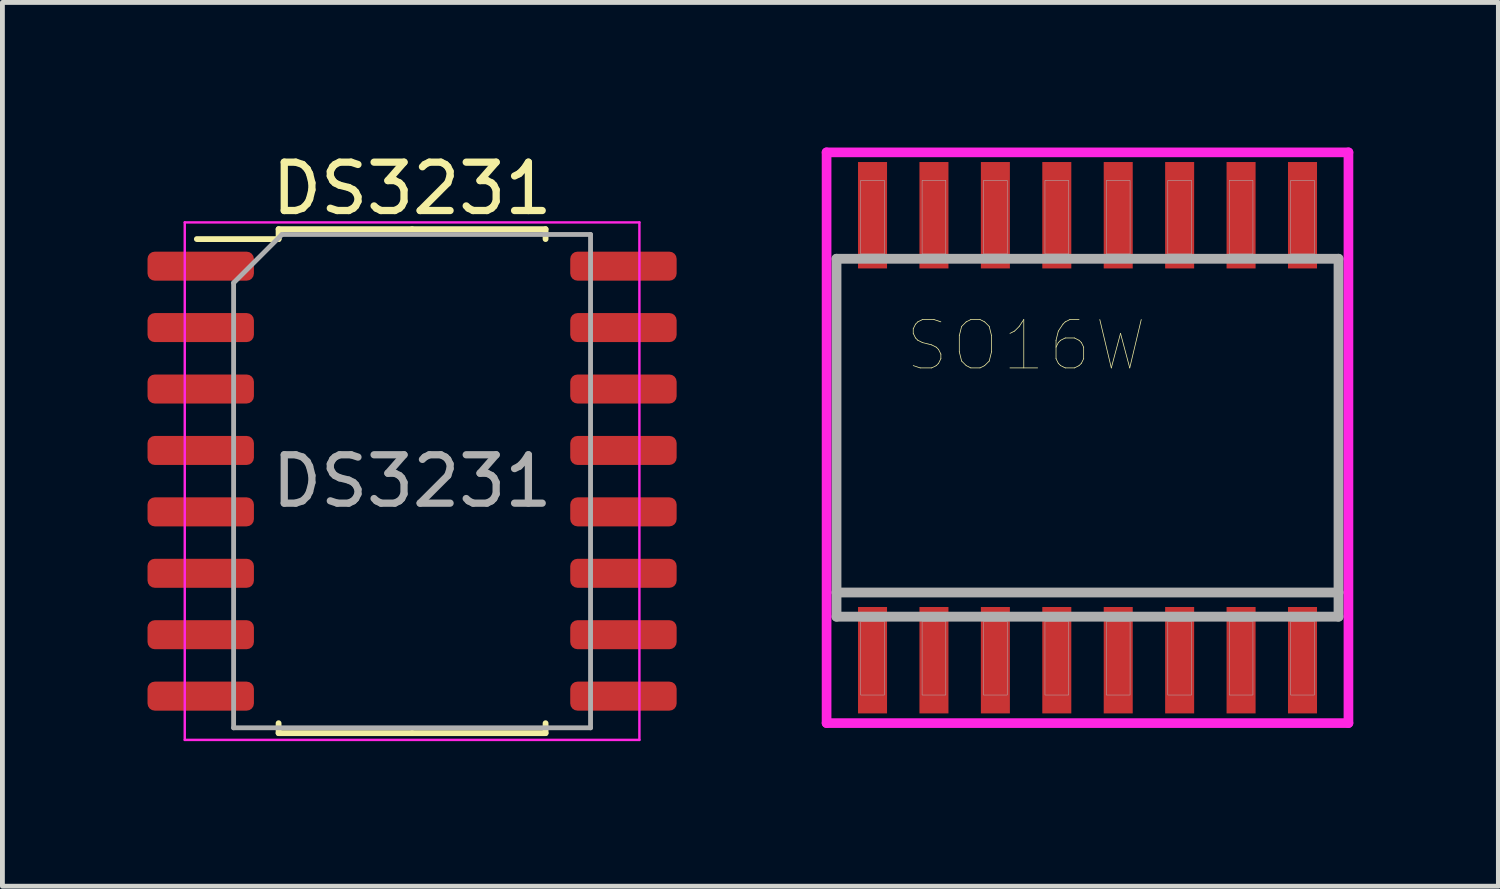
<source format=kicad_pcb>
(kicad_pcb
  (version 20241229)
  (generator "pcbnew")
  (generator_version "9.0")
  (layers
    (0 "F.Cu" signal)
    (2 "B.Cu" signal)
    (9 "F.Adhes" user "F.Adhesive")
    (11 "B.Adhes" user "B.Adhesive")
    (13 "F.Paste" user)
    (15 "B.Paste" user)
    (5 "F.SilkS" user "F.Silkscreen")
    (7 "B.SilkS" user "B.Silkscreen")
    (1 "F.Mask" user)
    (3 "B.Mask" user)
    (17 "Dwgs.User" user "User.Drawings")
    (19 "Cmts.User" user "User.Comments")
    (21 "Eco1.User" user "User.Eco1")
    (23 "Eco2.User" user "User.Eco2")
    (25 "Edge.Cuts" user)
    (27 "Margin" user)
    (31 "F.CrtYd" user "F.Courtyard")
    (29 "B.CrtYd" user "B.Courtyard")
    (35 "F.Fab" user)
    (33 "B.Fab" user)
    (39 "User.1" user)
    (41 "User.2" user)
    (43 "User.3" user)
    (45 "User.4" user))
  (footprint "SO16W"
    (layer "F.Cu")
    (at 19.435 6)
    (property "Reference" "SO16W" (at -1.27 -1.905 0) (layer "F.SilkS") (effects (font (size 1 1) (thickness 0.015))))
    (attr through_hole)
    (fp_line (start -5.395 -5.9) (end 5.395 -5.9) (stroke (width 0.2) (type solid)) (layer "F.CrtYd"))
    (fp_line (start -5.395 5.9) (end -5.395 -5.9) (stroke (width 0.2) (type solid)) (layer "F.CrtYd"))
    (fp_line (start 5.395 -5.9) (end 5.395 5.9) (stroke (width 0.2) (type solid)) (layer "F.CrtYd"))
    (fp_line (start 5.395 5.9) (end -5.395 5.9) (stroke (width 0.2) (type solid)) (layer "F.CrtYd"))
    (fp_line (start -5.19 -3.7) (end 5.19 -3.7) (stroke (width 0.203) (type solid)) (layer "F.Fab"))
    (fp_line (start -5.19 3.2) (end -5.19 -3.7) (stroke (width 0.203) (type solid)) (layer "F.Fab"))
    (fp_line (start -5.19 3.7) (end -5.19 3.2) (stroke (width 0.203) (type solid)) (layer "F.Fab"))
    (fp_line (start 5.19 -3.7) (end 5.19 3.2) (stroke (width 0.203) (type solid)) (layer "F.Fab"))
    (fp_line (start 5.19 3.2) (end -5.19 3.2) (stroke (width 0.203) (type solid)) (layer "F.Fab"))
    (fp_line (start 5.19 3.2) (end 5.19 3.7) (stroke (width 0.203) (type solid)) (layer "F.Fab"))
    (fp_line (start 5.19 3.7) (end -5.19 3.7) (stroke (width 0.203) (type solid)) (layer "F.Fab"))
    (fp_poly (pts (xy -4.69 -5.32) (xy -4.2 -5.32) (xy -4.2 -3.8) (xy -4.69 -3.8)) (stroke (width 0.01) (type solid)) (fill no) (layer "F.Fab"))
    (fp_poly (pts (xy -4.69 3.8) (xy -4.2 3.8) (xy -4.2 5.32) (xy -4.69 5.32)) (stroke (width 0.01) (type solid)) (fill no) (layer "F.Fab"))
    (fp_poly (pts (xy -3.42 -5.32) (xy -2.93 -5.32) (xy -2.93 -3.8) (xy -3.42 -3.8)) (stroke (width 0.01) (type solid)) (fill no) (layer "F.Fab"))
    (fp_poly (pts (xy -3.42 3.8) (xy -2.93 3.8) (xy -2.93 5.32) (xy -3.42 5.32)) (stroke (width 0.01) (type solid)) (fill no) (layer "F.Fab"))
    (fp_poly (pts (xy -2.15 -5.32) (xy -1.66 -5.32) (xy -1.66 -3.8) (xy -2.15 -3.8)) (stroke (width 0.01) (type solid)) (fill no) (layer "F.Fab"))
    (fp_poly (pts (xy -2.15 3.8) (xy -1.66 3.8) (xy -1.66 5.32) (xy -2.15 5.32)) (stroke (width 0.01) (type solid)) (fill no) (layer "F.Fab"))
    (fp_poly (pts (xy -0.88 -5.32) (xy -0.39 -5.32) (xy -0.39 -3.8) (xy -0.88 -3.8)) (stroke (width 0.01) (type solid)) (fill no) (layer "F.Fab"))
    (fp_poly (pts (xy -0.88 3.8) (xy -0.39 3.8) (xy -0.39 5.32) (xy -0.88 5.32)) (stroke (width 0.01) (type solid)) (fill no) (layer "F.Fab"))
    (fp_poly (pts (xy 0.39 -5.32) (xy 0.88 -5.32) (xy 0.88 -3.8) (xy 0.39 -3.8)) (stroke (width 0.01) (type solid)) (fill no) (layer "F.Fab"))
    (fp_poly (pts (xy 0.39 3.8) (xy 0.88 3.8) (xy 0.88 5.32) (xy 0.39 5.32)) (stroke (width 0.01) (type solid)) (fill no) (layer "F.Fab"))
    (fp_poly (pts (xy 1.66 -5.32) (xy 2.15 -5.32) (xy 2.15 -3.8) (xy 1.66 -3.8)) (stroke (width 0.01) (type solid)) (fill no) (layer "F.Fab"))
    (fp_poly (pts (xy 1.66 3.8) (xy 2.15 3.8) (xy 2.15 5.32) (xy 1.66 5.32)) (stroke (width 0.01) (type solid)) (fill no) (layer "F.Fab"))
    (fp_poly (pts (xy 2.93 -5.32) (xy 3.42 -5.32) (xy 3.42 -3.8) (xy 2.93 -3.8)) (stroke (width 0.01) (type solid)) (fill no) (layer "F.Fab"))
    (fp_poly (pts (xy 2.93 3.8) (xy 3.42 3.8) (xy 3.42 5.32) (xy 2.93 5.32)) (stroke (width 0.01) (type solid)) (fill no) (layer "F.Fab"))
    (fp_poly (pts (xy 4.2 -5.32) (xy 4.69 -5.32) (xy 4.69 -3.8) (xy 4.2 -3.8)) (stroke (width 0.01) (type solid)) (fill no) (layer "F.Fab"))
    (fp_poly (pts (xy 4.2 3.8) (xy 4.69 3.8) (xy 4.69 5.32) (xy 4.2 5.32)) (stroke (width 0.01) (type solid)) (fill no) (layer "F.Fab"))
    (pad "1" smd rect (at -4.445 4.6) (size 0.6 2.2) (layers "F.Cu" "F.Mask" "F.Paste"))
    (pad "2" smd rect (at -3.175 4.6) (size 0.6 2.2) (layers "F.Cu" "F.Mask" "F.Paste"))
    (pad "3" smd rect (at -1.905 4.6) (size 0.6 2.2) (layers "F.Cu" "F.Mask" "F.Paste"))
    (pad "4" smd rect (at -0.635 4.6) (size 0.6 2.2) (layers "F.Cu" "F.Mask" "F.Paste"))
    (pad "5" smd rect (at 0.635 4.6) (size 0.6 2.2) (layers "F.Cu" "F.Mask" "F.Paste"))
    (pad "6" smd rect (at 1.905 4.6) (size 0.6 2.2) (layers "F.Cu" "F.Mask" "F.Paste"))
    (pad "7" smd rect (at 3.175 4.6) (size 0.6 2.2) (layers "F.Cu" "F.Mask" "F.Paste"))
    (pad "8" smd rect (at 4.445 4.6) (size 0.6 2.2) (layers "F.Cu" "F.Mask" "F.Paste"))
    (pad "9" smd rect (at 4.445 -4.6) (size 0.6 2.2) (layers "F.Cu" "F.Mask" "F.Paste"))
    (pad "10" smd rect (at 3.175 -4.6) (size 0.6 2.2) (layers "F.Cu" "F.Mask" "F.Paste"))
    (pad "11" smd rect (at 1.905 -4.6) (size 0.6 2.2) (layers "F.Cu" "F.Mask" "F.Paste"))
    (pad "12" smd rect (at 0.635 -4.6) (size 0.6 2.2) (layers "F.Cu" "F.Mask" "F.Paste"))
    (pad "13" smd rect (at -0.635 -4.6) (size 0.6 2.2) (layers "F.Cu" "F.Mask" "F.Paste"))
    (pad "14" smd rect (at -1.905 -4.6) (size 0.6 2.2) (layers "F.Cu" "F.Mask" "F.Paste"))
    (pad "15" smd rect (at -3.175 -4.6) (size 0.6 2.2) (layers "F.Cu" "F.Mask" "F.Paste"))
    (pad "16" smd rect (at -4.445 -4.6) (size 0.6 2.2) (layers "F.Cu" "F.Mask" "F.Paste")))
  (footprint "DS3231"
    (layer "F.Cu")
    (at 5.47 6.898)
    (property "Reference" "DS3231" (at 0 -6.05 0) (layer "F.SilkS") (effects (font (size 1 1) (thickness 0.15))))
    (attr smd)
    (fp_line (start -2.76 -5.21) (end -2.76 -5.005) (stroke (width 0.12) (type solid)) (layer "F.SilkS"))
    (fp_line (start -2.76 -5.005) (end -4.45 -5.005) (stroke (width 0.12) (type solid)) (layer "F.SilkS"))
    (fp_line (start -2.76 5.21) (end -2.76 5.005) (stroke (width 0.12) (type solid)) (layer "F.SilkS"))
    (fp_line (start 0 -5.21) (end -2.76 -5.21) (stroke (width 0.12) (type solid)) (layer "F.SilkS"))
    (fp_line (start 0 -5.21) (end 2.76 -5.21) (stroke (width 0.12) (type solid)) (layer "F.SilkS"))
    (fp_line (start 0 5.21) (end -2.76 5.21) (stroke (width 0.12) (type solid)) (layer "F.SilkS"))
    (fp_line (start 0 5.21) (end 2.76 5.21) (stroke (width 0.12) (type solid)) (layer "F.SilkS"))
    (fp_line (start 2.76 -5.21) (end 2.76 -5.005) (stroke (width 0.12) (type solid)) (layer "F.SilkS"))
    (fp_line (start 2.76 5.21) (end 2.76 5.005) (stroke (width 0.12) (type solid)) (layer "F.SilkS"))
    (fp_line (start -4.7 -5.35) (end -4.7 5.35) (stroke (width 0.05) (type solid)) (layer "F.CrtYd"))
    (fp_line (start -4.7 5.35) (end 4.7 5.35) (stroke (width 0.05) (type solid)) (layer "F.CrtYd"))
    (fp_line (start 4.7 -5.35) (end -4.7 -5.35) (stroke (width 0.05) (type solid)) (layer "F.CrtYd"))
    (fp_line (start 4.7 5.35) (end 4.7 -5.35) (stroke (width 0.05) (type solid)) (layer "F.CrtYd"))
    (fp_line (start -3.69 -4.1) (end -2.69 -5.1) (stroke (width 0.1) (type solid)) (layer "F.Fab"))
    (fp_line (start -3.69 5.1) (end -3.69 -4.1) (stroke (width 0.1) (type solid)) (layer "F.Fab"))
    (fp_line (start -2.69 -5.1) (end 3.69 -5.1) (stroke (width 0.1) (type solid)) (layer "F.Fab"))
    (fp_line (start 3.69 -5.1) (end 3.69 5.1) (stroke (width 0.1) (type solid)) (layer "F.Fab"))
    (fp_line (start 3.69 5.1) (end -3.69 5.1) (stroke (width 0.1) (type solid)) (layer "F.Fab"))
    (fp_text user "${REFERENCE}" (at 0 0 0) (layer "F.Fab") (effects (font (size 1 1) (thickness 0.15))))
    (pad "1" smd roundrect (at -4.37 -4.445) (size 2.2 0.6) (layers "F.Cu" "F.Mask" "F.Paste") (roundrect_rratio 0.25))
    (pad "2" smd roundrect (at -4.37 -3.175) (size 2.2 0.6) (layers "F.Cu" "F.Mask" "F.Paste") (roundrect_rratio 0.25))
    (pad "3" smd roundrect (at -4.37 -1.905) (size 2.2 0.6) (layers "F.Cu" "F.Mask" "F.Paste") (roundrect_rratio 0.25))
    (pad "4" smd roundrect (at -4.37 -0.635) (size 2.2 0.6) (layers "F.Cu" "F.Mask" "F.Paste") (roundrect_rratio 0.25))
    (pad "5" smd roundrect (at -4.37 0.635) (size 2.2 0.6) (layers "F.Cu" "F.Mask" "F.Paste") (roundrect_rratio 0.25))
    (pad "6" smd roundrect (at -4.37 1.905) (size 2.2 0.6) (layers "F.Cu" "F.Mask" "F.Paste") (roundrect_rratio 0.25))
    (pad "7" smd roundrect (at -4.37 3.175) (size 2.2 0.6) (layers "F.Cu" "F.Mask" "F.Paste") (roundrect_rratio 0.25))
    (pad "8" smd roundrect (at -4.37 4.445) (size 2.2 0.6) (layers "F.Cu" "F.Mask" "F.Paste") (roundrect_rratio 0.25))
    (pad "9" smd roundrect (at 4.37 4.445) (size 2.2 0.6) (layers "F.Cu" "F.Mask" "F.Paste") (roundrect_rratio 0.25))
    (pad "10" smd roundrect (at 4.37 3.175) (size 2.2 0.6) (layers "F.Cu" "F.Mask" "F.Paste") (roundrect_rratio 0.25))
    (pad "11" smd roundrect (at 4.37 1.905) (size 2.2 0.6) (layers "F.Cu" "F.Mask" "F.Paste") (roundrect_rratio 0.25))
    (pad "12" smd roundrect (at 4.37 0.635) (size 2.2 0.6) (layers "F.Cu" "F.Mask" "F.Paste") (roundrect_rratio 0.25))
    (pad "13" smd roundrect (at 4.37 -0.635) (size 2.2 0.6) (layers "F.Cu" "F.Mask" "F.Paste") (roundrect_rratio 0.25))
    (pad "14" smd roundrect (at 4.37 -1.905) (size 2.2 0.6) (layers "F.Cu" "F.Mask" "F.Paste") (roundrect_rratio 0.25))
    (pad "15" smd roundrect (at 4.37 -3.175) (size 2.2 0.6) (layers "F.Cu" "F.Mask" "F.Paste") (roundrect_rratio 0.25))
    (pad "16" smd roundrect (at 4.37 -4.445) (size 2.2 0.6) (layers "F.Cu" "F.Mask" "F.Paste") (roundrect_rratio 0.25)))
  (gr_rect
    (start -3 -3)
    (end 27.93 15.273)
    (stroke (width 0.1) (type default))
    (fill no)
    (layer "Edge.Cuts")))
</source>
